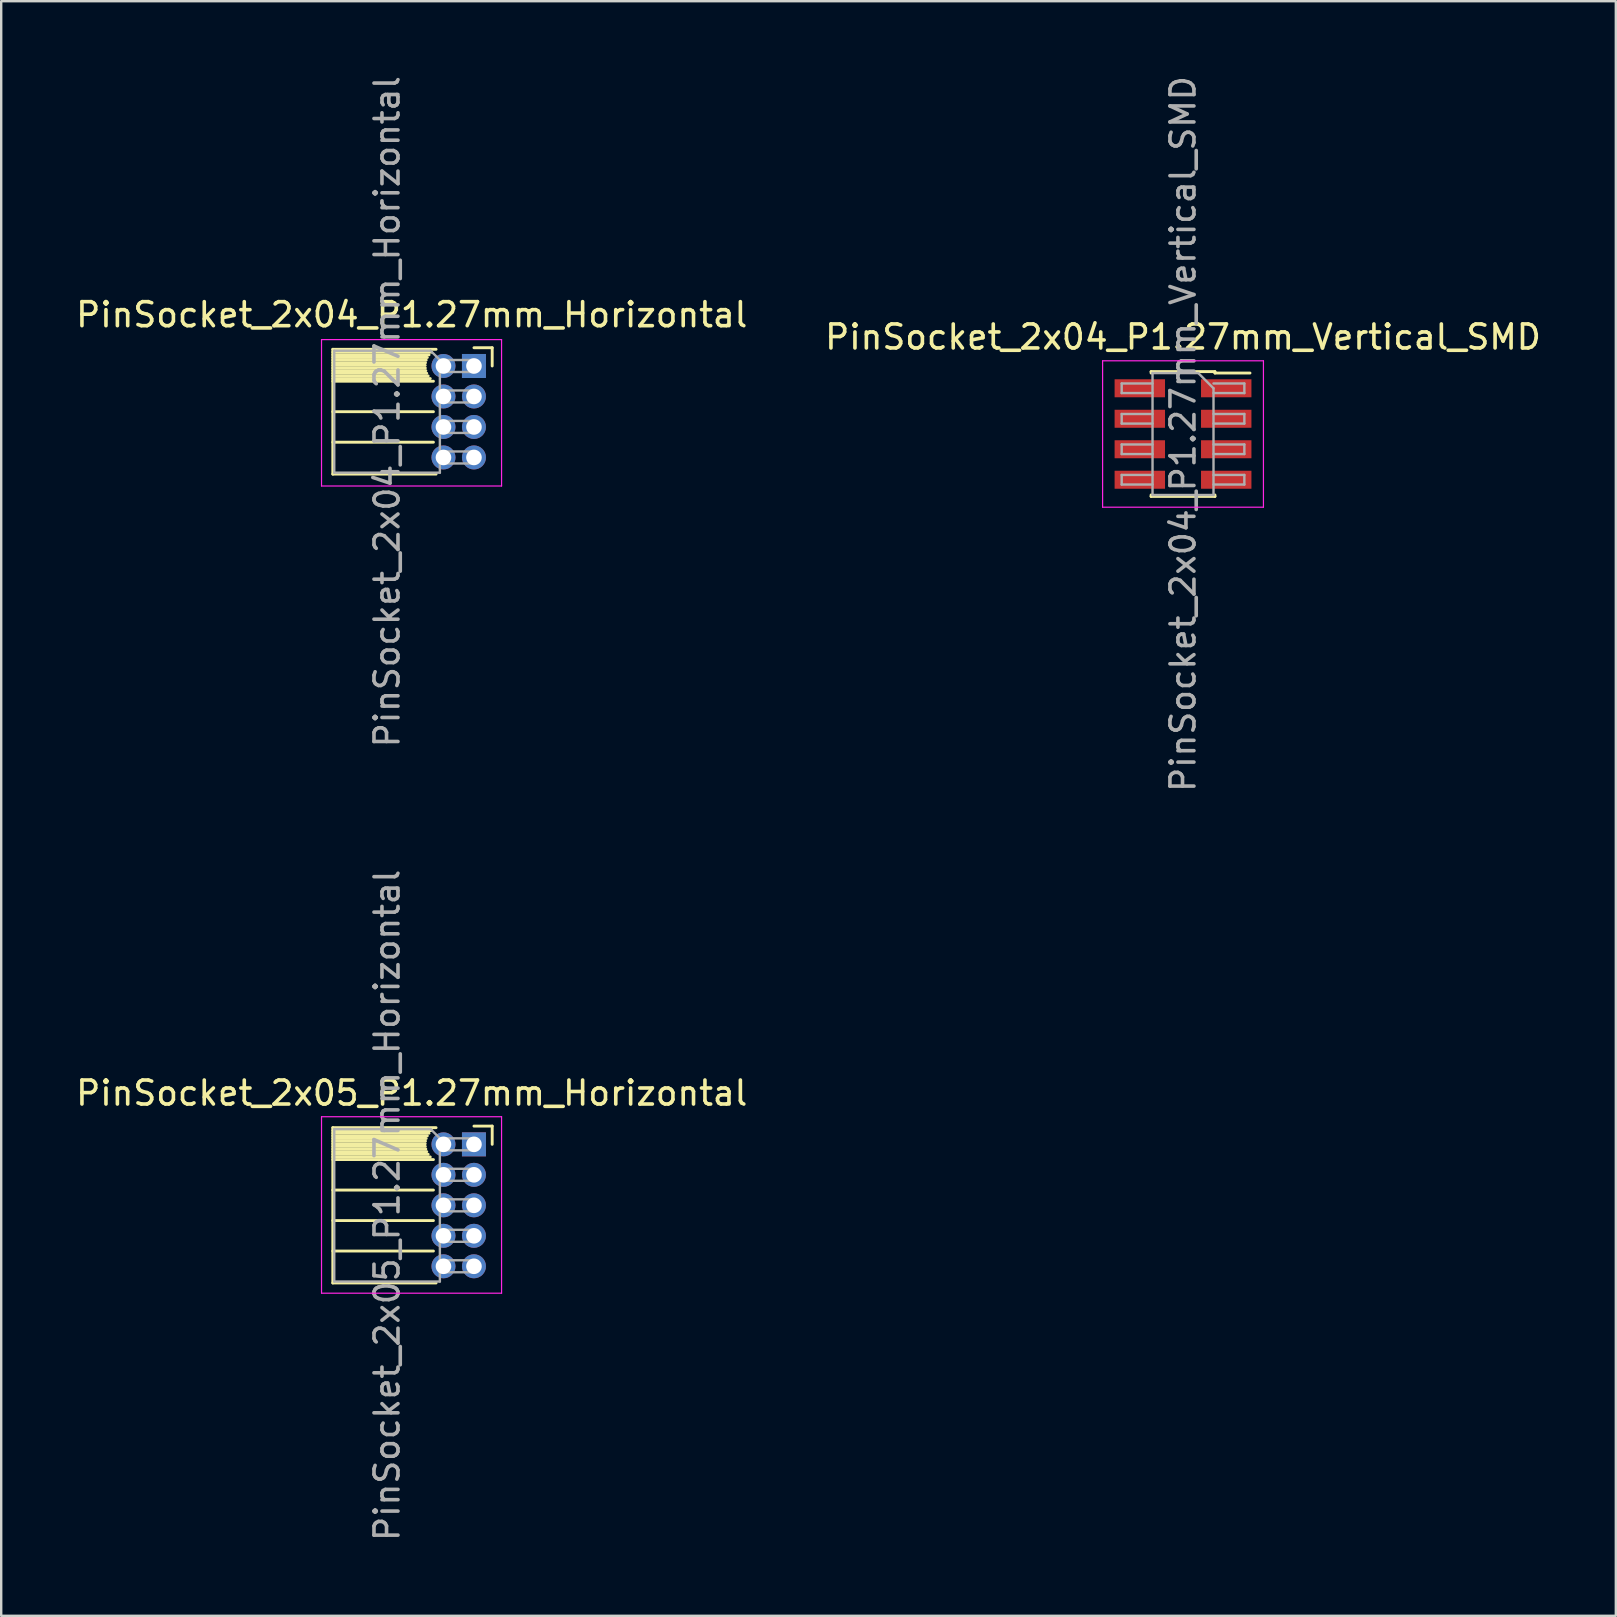
<source format=kicad_pcb>
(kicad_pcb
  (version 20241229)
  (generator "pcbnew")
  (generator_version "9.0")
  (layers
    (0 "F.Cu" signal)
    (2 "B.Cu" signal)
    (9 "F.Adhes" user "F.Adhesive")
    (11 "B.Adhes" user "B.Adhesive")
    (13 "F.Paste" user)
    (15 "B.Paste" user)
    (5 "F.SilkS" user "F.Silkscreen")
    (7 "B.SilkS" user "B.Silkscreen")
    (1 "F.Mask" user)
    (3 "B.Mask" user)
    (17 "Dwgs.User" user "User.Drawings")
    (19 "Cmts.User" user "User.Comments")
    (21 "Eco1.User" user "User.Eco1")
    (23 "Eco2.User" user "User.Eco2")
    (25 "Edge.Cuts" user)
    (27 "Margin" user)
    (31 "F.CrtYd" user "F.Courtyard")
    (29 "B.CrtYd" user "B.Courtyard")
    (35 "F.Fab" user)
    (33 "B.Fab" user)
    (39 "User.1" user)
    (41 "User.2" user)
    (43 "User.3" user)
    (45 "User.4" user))
  (footprint "PinSocket_2x04_P1.27mm_Vertical_SMD"
    (layer "F.Cu")
    (at 46.232 15.03)
    (property "Reference" "PinSocket_2x04_P1.27mm_Vertical_SMD" (at 0 -4.04 0) (layer "F.SilkS") (effects (font (size 1 1) (thickness 0.15))))
    (attr smd)
    (fp_line (start -1.33 -2.6) (end -1.33 -2.54) (stroke (width 0.12) (type solid)) (layer "F.SilkS"))
    (fp_line (start -1.33 -2.6) (end 1.33 -2.6) (stroke (width 0.12) (type solid)) (layer "F.SilkS"))
    (fp_line (start -1.33 2.54) (end -1.33 2.6) (stroke (width 0.12) (type solid)) (layer "F.SilkS"))
    (fp_line (start -1.33 2.6) (end 1.33 2.6) (stroke (width 0.12) (type solid)) (layer "F.SilkS"))
    (fp_line (start 1.33 -2.6) (end 1.33 -2.54) (stroke (width 0.12) (type solid)) (layer "F.SilkS"))
    (fp_line (start 1.33 -2.54) (end 2.79 -2.54) (stroke (width 0.12) (type solid)) (layer "F.SilkS"))
    (fp_line (start 1.33 2.54) (end 1.33 2.6) (stroke (width 0.12) (type solid)) (layer "F.SilkS"))
    (fp_line (start -3.35 -3.05) (end 3.35 -3.05) (stroke (width 0.05) (type solid)) (layer "F.CrtYd"))
    (fp_line (start -3.35 3.05) (end -3.35 -3.05) (stroke (width 0.05) (type solid)) (layer "F.CrtYd"))
    (fp_line (start 3.35 -3.05) (end 3.35 3.05) (stroke (width 0.05) (type solid)) (layer "F.CrtYd"))
    (fp_line (start 3.35 3.05) (end -3.35 3.05) (stroke (width 0.05) (type solid)) (layer "F.CrtYd"))
    (fp_line (start -2.555 -2.105) (end -1.27 -2.105) (stroke (width 0.1) (type solid)) (layer "F.Fab"))
    (fp_line (start -2.555 -1.705) (end -2.555 -2.105) (stroke (width 0.1) (type solid)) (layer "F.Fab"))
    (fp_line (start -2.555 -0.835) (end -1.27 -0.835) (stroke (width 0.1) (type solid)) (layer "F.Fab"))
    (fp_line (start -2.555 -0.435) (end -2.555 -0.835) (stroke (width 0.1) (type solid)) (layer "F.Fab"))
    (fp_line (start -2.555 0.435) (end -1.27 0.435) (stroke (width 0.1) (type solid)) (layer "F.Fab"))
    (fp_line (start -2.555 0.835) (end -2.555 0.435) (stroke (width 0.1) (type solid)) (layer "F.Fab"))
    (fp_line (start -2.555 1.705) (end -1.27 1.705) (stroke (width 0.1) (type solid)) (layer "F.Fab"))
    (fp_line (start -2.555 2.105) (end -2.555 1.705) (stroke (width 0.1) (type solid)) (layer "F.Fab"))
    (fp_line (start -1.27 -2.54) (end 0.635 -2.54) (stroke (width 0.1) (type solid)) (layer "F.Fab"))
    (fp_line (start -1.27 -1.705) (end -2.555 -1.705) (stroke (width 0.1) (type solid)) (layer "F.Fab"))
    (fp_line (start -1.27 -0.435) (end -2.555 -0.435) (stroke (width 0.1) (type solid)) (layer "F.Fab"))
    (fp_line (start -1.27 0.835) (end -2.555 0.835) (stroke (width 0.1) (type solid)) (layer "F.Fab"))
    (fp_line (start -1.27 2.105) (end -2.555 2.105) (stroke (width 0.1) (type solid)) (layer "F.Fab"))
    (fp_line (start -1.27 2.54) (end -1.27 -2.54) (stroke (width 0.1) (type solid)) (layer "F.Fab"))
    (fp_line (start 0.635 -2.54) (end 1.27 -1.905) (stroke (width 0.1) (type solid)) (layer "F.Fab"))
    (fp_line (start 1.27 -2.105) (end 2.555 -2.105) (stroke (width 0.1) (type solid)) (layer "F.Fab"))
    (fp_line (start 1.27 -1.905) (end 1.27 2.54) (stroke (width 0.1) (type solid)) (layer "F.Fab"))
    (fp_line (start 1.27 -0.835) (end 2.555 -0.835) (stroke (width 0.1) (type solid)) (layer "F.Fab"))
    (fp_line (start 1.27 0.435) (end 2.555 0.435) (stroke (width 0.1) (type solid)) (layer "F.Fab"))
    (fp_line (start 1.27 1.705) (end 2.555 1.705) (stroke (width 0.1) (type solid)) (layer "F.Fab"))
    (fp_line (start 1.27 2.54) (end -1.27 2.54) (stroke (width 0.1) (type solid)) (layer "F.Fab"))
    (fp_line (start 2.555 -2.105) (end 2.555 -1.705) (stroke (width 0.1) (type solid)) (layer "F.Fab"))
    (fp_line (start 2.555 -1.705) (end 1.27 -1.705) (stroke (width 0.1) (type solid)) (layer "F.Fab"))
    (fp_line (start 2.555 -0.835) (end 2.555 -0.435) (stroke (width 0.1) (type solid)) (layer "F.Fab"))
    (fp_line (start 2.555 -0.435) (end 1.27 -0.435) (stroke (width 0.1) (type solid)) (layer "F.Fab"))
    (fp_line (start 2.555 0.435) (end 2.555 0.835) (stroke (width 0.1) (type solid)) (layer "F.Fab"))
    (fp_line (start 2.555 0.835) (end 1.27 0.835) (stroke (width 0.1) (type solid)) (layer "F.Fab"))
    (fp_line (start 2.555 1.705) (end 2.555 2.105) (stroke (width 0.1) (type solid)) (layer "F.Fab"))
    (fp_line (start 2.555 2.105) (end 1.27 2.105) (stroke (width 0.1) (type solid)) (layer "F.Fab"))
    (fp_text user "${REFERENCE}" (at 0 0 90) (layer "F.Fab") (effects (font (size 1 1) (thickness 0.15))))
    (pad "1" smd rect (at 1.8 -1.905) (size 2.1 0.75) (layers "F.Cu" "F.Mask" "F.Paste"))
    (pad "2" smd rect (at -1.8 -1.905) (size 2.1 0.75) (layers "F.Cu" "F.Mask" "F.Paste"))
    (pad "3" smd rect (at 1.8 -0.635) (size 2.1 0.75) (layers "F.Cu" "F.Mask" "F.Paste"))
    (pad "4" smd rect (at -1.8 -0.635) (size 2.1 0.75) (layers "F.Cu" "F.Mask" "F.Paste"))
    (pad "5" smd rect (at 1.8 0.635) (size 2.1 0.75) (layers "F.Cu" "F.Mask" "F.Paste"))
    (pad "6" smd rect (at -1.8 0.635) (size 2.1 0.75) (layers "F.Cu" "F.Mask" "F.Paste"))
    (pad "7" smd rect (at 1.8 1.905) (size 2.1 0.75) (layers "F.Cu" "F.Mask" "F.Paste"))
    (pad "8" smd rect (at -1.8 1.905) (size 2.1 0.75) (layers "F.Cu" "F.Mask" "F.Paste")))
  (footprint "PinSocket_2x05_P1.27mm_Horizontal"
    (layer "F.Cu")
    (at 16.694 44.621)
    (property "Reference" "PinSocket_2x05_P1.27mm_Horizontal" (at -2.592 -2.135 0) (layer "F.SilkS") (effects (font (size 1 1) (thickness 0.15))))
    (attr through_hole)
    (fp_line (start -5.88 -0.695) (end -5.88 5.775) (stroke (width 0.12) (type solid)) (layer "F.SilkS"))
    (fp_line (start -5.88 -0.695) (end -1.578 -0.695) (stroke (width 0.12) (type solid)) (layer "F.SilkS"))
    (fp_line (start -5.88 -0.575) (end -1.767 -0.575) (stroke (width 0.12) (type solid)) (layer "F.SilkS"))
    (fp_line (start -5.88 -0.465) (end -1.871 -0.465) (stroke (width 0.12) (type solid)) (layer "F.SilkS"))
    (fp_line (start -5.88 -0.355) (end -1.942 -0.355) (stroke (width 0.12) (type solid)) (layer "F.SilkS"))
    (fp_line (start -5.88 -0.245) (end -1.989 -0.245) (stroke (width 0.12) (type solid)) (layer "F.SilkS"))
    (fp_line (start -5.88 -0.135) (end -2.018 -0.135) (stroke (width 0.12) (type solid)) (layer "F.SilkS"))
    (fp_line (start -5.88 -0.025) (end -2.03 -0.025) (stroke (width 0.12) (type solid)) (layer "F.SilkS"))
    (fp_line (start -5.88 0.085) (end -2.025 0.085) (stroke (width 0.12) (type solid)) (layer "F.SilkS"))
    (fp_line (start -5.88 0.195) (end -2.005 0.195) (stroke (width 0.12) (type solid)) (layer "F.SilkS"))
    (fp_line (start -5.88 0.305) (end -1.966 0.305) (stroke (width 0.12) (type solid)) (layer "F.SilkS"))
    (fp_line (start -5.88 0.415) (end -1.907 0.415) (stroke (width 0.12) (type solid)) (layer "F.SilkS"))
    (fp_line (start -5.88 0.525) (end -1.82 0.525) (stroke (width 0.12) (type solid)) (layer "F.SilkS"))
    (fp_line (start -5.88 0.635) (end -1.688 0.635) (stroke (width 0.12) (type solid)) (layer "F.SilkS"))
    (fp_line (start -5.88 1.905) (end -1.688 1.905) (stroke (width 0.12) (type solid)) (layer "F.SilkS"))
    (fp_line (start -5.88 3.175) (end -1.688 3.175) (stroke (width 0.12) (type solid)) (layer "F.SilkS"))
    (fp_line (start -5.88 4.445) (end -1.688 4.445) (stroke (width 0.12) (type solid)) (layer "F.SilkS"))
    (fp_line (start -5.88 5.775) (end -1.578 5.775) (stroke (width 0.12) (type solid)) (layer "F.SilkS"))
    (fp_line (start 0 -0.76) (end 0.76 -0.76) (stroke (width 0.12) (type solid)) (layer "F.SilkS"))
    (fp_line (start 0.76 -0.76) (end 0.76 0) (stroke (width 0.12) (type solid)) (layer "F.SilkS"))
    (fp_line (start -6.35 -1.15) (end -6.35 6.2) (stroke (width 0.05) (type solid)) (layer "F.CrtYd"))
    (fp_line (start -6.35 6.2) (end 1.15 6.2) (stroke (width 0.05) (type solid)) (layer "F.CrtYd"))
    (fp_line (start 1.15 -1.15) (end -6.35 -1.15) (stroke (width 0.05) (type solid)) (layer "F.CrtYd"))
    (fp_line (start 1.15 6.2) (end 1.15 -1.15) (stroke (width 0.05) (type solid)) (layer "F.CrtYd"))
    (fp_line (start -5.82 -0.635) (end -1.805 -0.635) (stroke (width 0.1) (type solid)) (layer "F.Fab"))
    (fp_line (start -5.82 5.715) (end -5.82 -0.635) (stroke (width 0.1) (type solid)) (layer "F.Fab"))
    (fp_line (start -1.805 -0.635) (end -1.42 -0.25) (stroke (width 0.1) (type solid)) (layer "F.Fab"))
    (fp_line (start -1.42 -0.25) (end -1.42 5.715) (stroke (width 0.1) (type solid)) (layer "F.Fab"))
    (fp_line (start -1.42 0.25) (end 0 0.25) (stroke (width 0.1) (type solid)) (layer "F.Fab"))
    (fp_line (start -1.42 1.52) (end 0 1.52) (stroke (width 0.1) (type solid)) (layer "F.Fab"))
    (fp_line (start -1.42 2.79) (end 0 2.79) (stroke (width 0.1) (type solid)) (layer "F.Fab"))
    (fp_line (start -1.42 4.06) (end 0 4.06) (stroke (width 0.1) (type solid)) (layer "F.Fab"))
    (fp_line (start -1.42 5.33) (end 0 5.33) (stroke (width 0.1) (type solid)) (layer "F.Fab"))
    (fp_line (start -1.42 5.715) (end -5.82 5.715) (stroke (width 0.1) (type solid)) (layer "F.Fab"))
    (fp_line (start 0 -0.25) (end -1.42 -0.25) (stroke (width 0.1) (type solid)) (layer "F.Fab"))
    (fp_line (start 0 0.25) (end 0 -0.25) (stroke (width 0.1) (type solid)) (layer "F.Fab"))
    (fp_line (start 0 1.02) (end -1.42 1.02) (stroke (width 0.1) (type solid)) (layer "F.Fab"))
    (fp_line (start 0 1.52) (end 0 1.02) (stroke (width 0.1) (type solid)) (layer "F.Fab"))
    (fp_line (start 0 2.29) (end -1.42 2.29) (stroke (width 0.1) (type solid)) (layer "F.Fab"))
    (fp_line (start 0 2.79) (end 0 2.29) (stroke (width 0.1) (type solid)) (layer "F.Fab"))
    (fp_line (start 0 3.56) (end -1.42 3.56) (stroke (width 0.1) (type solid)) (layer "F.Fab"))
    (fp_line (start 0 4.06) (end 0 3.56) (stroke (width 0.1) (type solid)) (layer "F.Fab"))
    (fp_line (start 0 4.83) (end -1.42 4.83) (stroke (width 0.1) (type solid)) (layer "F.Fab"))
    (fp_line (start 0 5.33) (end 0 4.83) (stroke (width 0.1) (type solid)) (layer "F.Fab"))
    (fp_text user "${REFERENCE}" (at -3.62 2.54 90) (layer "F.Fab") (effects (font (size 1 1) (thickness 0.15))))
    (pad "1" thru_hole rect (at 0 0) (size 1 1) (drill 0.65) (layers "*.Cu" "*.Mask"))
    (pad "2" thru_hole oval (at -1.27 0) (size 1 1) (drill 0.65) (layers "*.Cu" "*.Mask"))
    (pad "3" thru_hole oval (at 0 1.27) (size 1 1) (drill 0.65) (layers "*.Cu" "*.Mask"))
    (pad "4" thru_hole oval (at -1.27 1.27) (size 1 1) (drill 0.65) (layers "*.Cu" "*.Mask"))
    (pad "5" thru_hole oval (at 0 2.54) (size 1 1) (drill 0.65) (layers "*.Cu" "*.Mask"))
    (pad "6" thru_hole oval (at -1.27 2.54) (size 1 1) (drill 0.65) (layers "*.Cu" "*.Mask"))
    (pad "7" thru_hole oval (at 0 3.81) (size 1 1) (drill 0.65) (layers "*.Cu" "*.Mask"))
    (pad "8" thru_hole oval (at -1.27 3.81) (size 1 1) (drill 0.65) (layers "*.Cu" "*.Mask"))
    (pad "9" thru_hole oval (at 0 5.08) (size 1 1) (drill 0.65) (layers "*.Cu" "*.Mask"))
    (pad "10" thru_hole oval (at -1.27 5.08) (size 1 1) (drill 0.65) (layers "*.Cu" "*.Mask")))
  (footprint "PinSocket_2x04_P1.27mm_Horizontal"
    (layer "F.Cu")
    (at 16.694 12.196)
    (property "Reference" "PinSocket_2x04_P1.27mm_Horizontal" (at -2.592 -2.135 0) (layer "F.SilkS") (effects (font (size 1 1) (thickness 0.15))))
    (attr through_hole)
    (fp_line (start -5.88 -0.695) (end -5.88 4.505) (stroke (width 0.12) (type solid)) (layer "F.SilkS"))
    (fp_line (start -5.88 -0.695) (end -1.578 -0.695) (stroke (width 0.12) (type solid)) (layer "F.SilkS"))
    (fp_line (start -5.88 -0.575) (end -1.767 -0.575) (stroke (width 0.12) (type solid)) (layer "F.SilkS"))
    (fp_line (start -5.88 -0.465) (end -1.871 -0.465) (stroke (width 0.12) (type solid)) (layer "F.SilkS"))
    (fp_line (start -5.88 -0.355) (end -1.942 -0.355) (stroke (width 0.12) (type solid)) (layer "F.SilkS"))
    (fp_line (start -5.88 -0.245) (end -1.989 -0.245) (stroke (width 0.12) (type solid)) (layer "F.SilkS"))
    (fp_line (start -5.88 -0.135) (end -2.018 -0.135) (stroke (width 0.12) (type solid)) (layer "F.SilkS"))
    (fp_line (start -5.88 -0.025) (end -2.03 -0.025) (stroke (width 0.12) (type solid)) (layer "F.SilkS"))
    (fp_line (start -5.88 0.085) (end -2.025 0.085) (stroke (width 0.12) (type solid)) (layer "F.SilkS"))
    (fp_line (start -5.88 0.195) (end -2.005 0.195) (stroke (width 0.12) (type solid)) (layer "F.SilkS"))
    (fp_line (start -5.88 0.305) (end -1.966 0.305) (stroke (width 0.12) (type solid)) (layer "F.SilkS"))
    (fp_line (start -5.88 0.415) (end -1.907 0.415) (stroke (width 0.12) (type solid)) (layer "F.SilkS"))
    (fp_line (start -5.88 0.525) (end -1.82 0.525) (stroke (width 0.12) (type solid)) (layer "F.SilkS"))
    (fp_line (start -5.88 0.635) (end -1.688 0.635) (stroke (width 0.12) (type solid)) (layer "F.SilkS"))
    (fp_line (start -5.88 1.905) (end -1.688 1.905) (stroke (width 0.12) (type solid)) (layer "F.SilkS"))
    (fp_line (start -5.88 3.175) (end -1.688 3.175) (stroke (width 0.12) (type solid)) (layer "F.SilkS"))
    (fp_line (start -5.88 4.505) (end -1.578 4.505) (stroke (width 0.12) (type solid)) (layer "F.SilkS"))
    (fp_line (start 0 -0.76) (end 0.76 -0.76) (stroke (width 0.12) (type solid)) (layer "F.SilkS"))
    (fp_line (start 0.76 -0.76) (end 0.76 0) (stroke (width 0.12) (type solid)) (layer "F.SilkS"))
    (fp_line (start -6.35 -1.1) (end -6.35 5) (stroke (width 0.05) (type solid)) (layer "F.CrtYd"))
    (fp_line (start -6.35 5) (end 1.15 5) (stroke (width 0.05) (type solid)) (layer "F.CrtYd"))
    (fp_line (start 1.15 -1.1) (end -6.35 -1.1) (stroke (width 0.05) (type solid)) (layer "F.CrtYd"))
    (fp_line (start 1.15 5) (end 1.15 -1.1) (stroke (width 0.05) (type solid)) (layer "F.CrtYd"))
    (fp_line (start -5.82 -0.635) (end -1.805 -0.635) (stroke (width 0.1) (type solid)) (layer "F.Fab"))
    (fp_line (start -5.82 4.445) (end -5.82 -0.635) (stroke (width 0.1) (type solid)) (layer "F.Fab"))
    (fp_line (start -1.805 -0.635) (end -1.42 -0.25) (stroke (width 0.1) (type solid)) (layer "F.Fab"))
    (fp_line (start -1.42 -0.25) (end -1.42 4.445) (stroke (width 0.1) (type solid)) (layer "F.Fab"))
    (fp_line (start -1.42 0.25) (end 0 0.25) (stroke (width 0.1) (type solid)) (layer "F.Fab"))
    (fp_line (start -1.42 1.52) (end 0 1.52) (stroke (width 0.1) (type solid)) (layer "F.Fab"))
    (fp_line (start -1.42 2.79) (end 0 2.79) (stroke (width 0.1) (type solid)) (layer "F.Fab"))
    (fp_line (start -1.42 4.06) (end 0 4.06) (stroke (width 0.1) (type solid)) (layer "F.Fab"))
    (fp_line (start -1.42 4.445) (end -5.82 4.445) (stroke (width 0.1) (type solid)) (layer "F.Fab"))
    (fp_line (start 0 -0.25) (end -1.42 -0.25) (stroke (width 0.1) (type solid)) (layer "F.Fab"))
    (fp_line (start 0 0.25) (end 0 -0.25) (stroke (width 0.1) (type solid)) (layer "F.Fab"))
    (fp_line (start 0 1.02) (end -1.42 1.02) (stroke (width 0.1) (type solid)) (layer "F.Fab"))
    (fp_line (start 0 1.52) (end 0 1.02) (stroke (width 0.1) (type solid)) (layer "F.Fab"))
    (fp_line (start 0 2.29) (end -1.42 2.29) (stroke (width 0.1) (type solid)) (layer "F.Fab"))
    (fp_line (start 0 2.79) (end 0 2.29) (stroke (width 0.1) (type solid)) (layer "F.Fab"))
    (fp_line (start 0 3.56) (end -1.42 3.56) (stroke (width 0.1) (type solid)) (layer "F.Fab"))
    (fp_line (start 0 4.06) (end 0 3.56) (stroke (width 0.1) (type solid)) (layer "F.Fab"))
    (fp_text user "${REFERENCE}" (at -3.62 1.905 90) (layer "F.Fab") (effects (font (size 1 1) (thickness 0.15))))
    (pad "1" thru_hole rect (at 0 0) (size 1 1) (drill 0.65) (layers "*.Cu" "*.Mask"))
    (pad "2" thru_hole oval (at -1.27 0) (size 1 1) (drill 0.65) (layers "*.Cu" "*.Mask"))
    (pad "3" thru_hole oval (at 0 1.27) (size 1 1) (drill 0.65) (layers "*.Cu" "*.Mask"))
    (pad "4" thru_hole oval (at -1.27 1.27) (size 1 1) (drill 0.65) (layers "*.Cu" "*.Mask"))
    (pad "5" thru_hole oval (at 0 2.54) (size 1 1) (drill 0.65) (layers "*.Cu" "*.Mask"))
    (pad "6" thru_hole oval (at -1.27 2.54) (size 1 1) (drill 0.65) (layers "*.Cu" "*.Mask"))
    (pad "7" thru_hole oval (at 0 3.81) (size 1 1) (drill 0.65) (layers "*.Cu" "*.Mask"))
    (pad "8" thru_hole oval (at -1.27 3.81) (size 1 1) (drill 0.65) (layers "*.Cu" "*.Mask")))
  (gr_rect
    (start -3 -3)
    (end 64.262 64.262)
    (stroke (width 0.1) (type default))
    (fill no)
    (layer "Edge.Cuts")))
</source>
